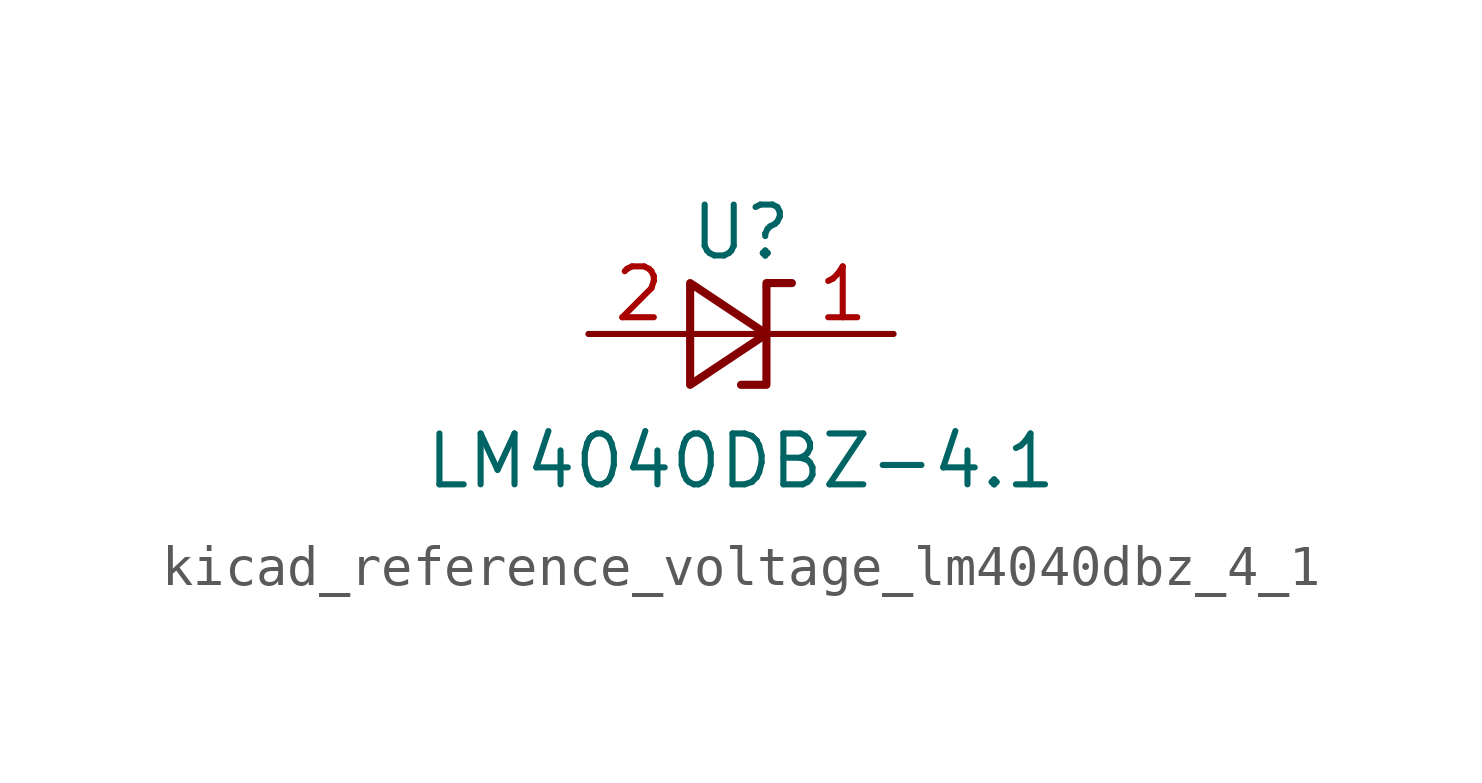
<source format=kicad_sym>
(kicad_symbol_lib
  (version 20220914)
  (generator kicad_symbol_editor)
  (symbol "kicad_reference_voltage_lm4040dbz_4_1"
    (pin_names
      (offset 0.025) hide)
    (property "Reference" "U"
      (at 0 2.54 0)
      (effects (font (size 1.27 1.27))))
    (property "Value" "LM4040DBZ-4.1"
      (at 0 -3.175 0)
      (effects (font (size 1.27 1.27))))
    (symbol "kicad_reference_voltage_lm4040dbz_4_1_0_1"
      (polyline (pts (xy -1.27 0) (xy 0 0) (xy 1.27 0)) (stroke (width 0) (type default)) (fill (type none)))
      (polyline (pts (xy -1.27 -1.27) (xy 0.635 0) (xy -1.27 1.27) (xy -1.27 -1.27)) (stroke (width 0.203) (type default)) (fill (type none)))
      (polyline (pts (xy 0 -1.27) (xy 0.635 -1.27) (xy 0.635 1.27) (xy 1.27 1.27)) (stroke (width 0.203) (type default)) (fill (type none))))
    (symbol "kicad_reference_voltage_lm4040dbz_4_1_1_1"
      (pin passive line (at 3.81 0 180) (length 2.54) (name "K" (effects (font (size 1.27 1.27)))) (number "1" (effects (font (size 1.27 1.27)))))
      (pin passive line (at -3.81 0 0) (length 2.54) (name "A" (effects (font (size 1.27 1.27)))) (number "2" (effects (font (size 1.27 1.27))))))))
</source>
